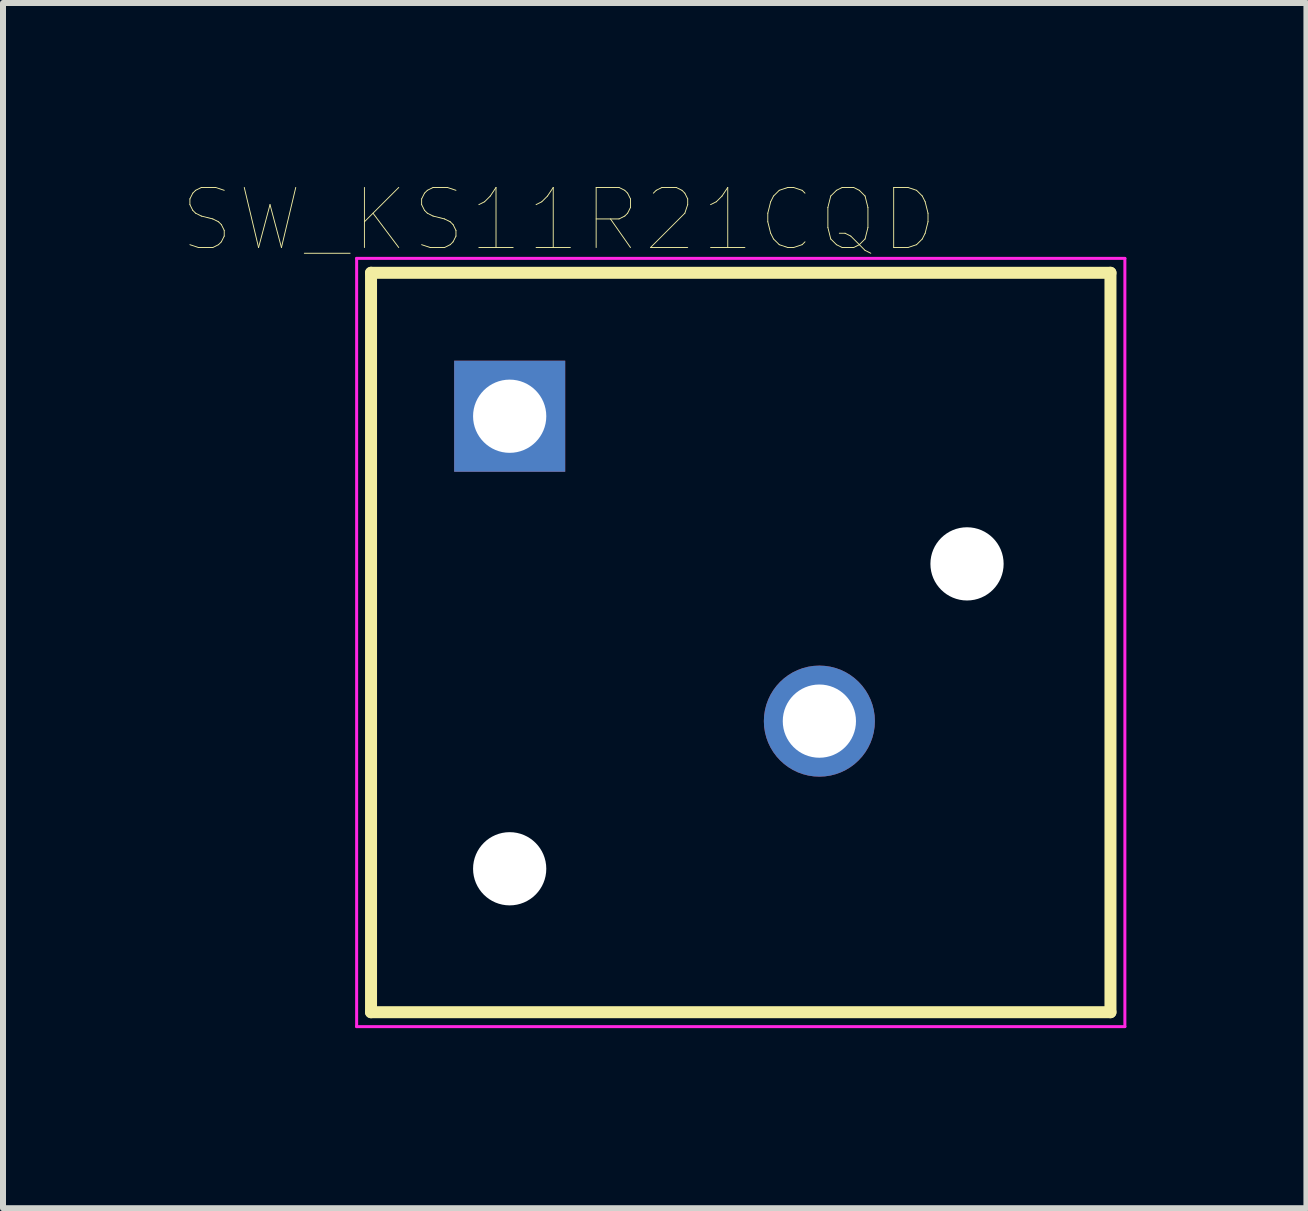
<source format=kicad_pcb>
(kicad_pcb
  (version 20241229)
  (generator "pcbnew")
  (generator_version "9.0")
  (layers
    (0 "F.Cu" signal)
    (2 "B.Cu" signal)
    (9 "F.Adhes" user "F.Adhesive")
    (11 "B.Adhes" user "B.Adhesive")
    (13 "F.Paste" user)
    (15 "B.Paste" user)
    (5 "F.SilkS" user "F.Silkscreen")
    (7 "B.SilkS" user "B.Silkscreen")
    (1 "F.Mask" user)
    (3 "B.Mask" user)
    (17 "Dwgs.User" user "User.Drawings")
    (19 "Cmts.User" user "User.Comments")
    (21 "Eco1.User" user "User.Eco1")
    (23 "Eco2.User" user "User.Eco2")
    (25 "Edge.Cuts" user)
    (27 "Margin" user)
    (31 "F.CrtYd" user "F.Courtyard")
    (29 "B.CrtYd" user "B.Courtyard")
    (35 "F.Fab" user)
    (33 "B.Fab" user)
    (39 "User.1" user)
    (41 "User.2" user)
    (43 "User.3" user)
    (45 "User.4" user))
  (footprint "SW_KS11R21CQD"
    (layer "F.Cu")
    (at 9.292 7.655)
    (property "Reference" "SW_KS11R21CQD" (at -3.029 -7.043 0) (layer "F.SilkS") (effects (font (size 1.001 1.001) (thickness 0.015))))
    (attr through_hole)
    (fp_line (start -6.16 -6.16) (end 6.16 -6.16) (stroke (width 0.2) (type solid)) (layer "F.SilkS"))
    (fp_line (start -6.16 6.16) (end -6.16 -6.16) (stroke (width 0.2) (type solid)) (layer "F.SilkS"))
    (fp_line (start 6.16 -6.16) (end 6.16 6.16) (stroke (width 0.2) (type solid)) (layer "F.SilkS"))
    (fp_line (start 6.16 6.16) (end -6.16 6.16) (stroke (width 0.2) (type solid)) (layer "F.SilkS"))
    (fp_line (start -6.4 -6.4) (end 6.4 -6.4) (stroke (width 0.05) (type solid)) (layer "F.CrtYd"))
    (fp_line (start -6.4 6.4) (end -6.4 -6.4) (stroke (width 0.05) (type solid)) (layer "F.CrtYd"))
    (fp_line (start 6.4 -6.4) (end 6.4 6.4) (stroke (width 0.05) (type solid)) (layer "F.CrtYd"))
    (fp_line (start 6.4 6.4) (end -6.4 6.4) (stroke (width 0.05) (type solid)) (layer "F.CrtYd"))
    (pad "" np_thru_hole circle (at -3.85 3.77) (size 1.22 1.22) (drill 1.22) (layers "*.Cu" "*.Mask"))
    (pad "" np_thru_hole circle (at 3.77 -1.31) (size 1.22 1.22) (drill 1.22) (layers "*.Cu" "*.Mask"))
    (pad "1" thru_hole rect (at -3.85 -3.77) (size 1.85 1.85) (drill 1.22) (layers "*.Cu" "*.Mask"))
    (pad "3" thru_hole circle (at 1.31 1.31) (size 1.85 1.85) (drill 1.22) (layers "*.Cu" "*.Mask")))
  (gr_rect
    (start -3 -3)
    (end 18.717 17.08)
    (stroke (width 0.1) (type default))
    (fill no)
    (layer "Edge.Cuts")))
</source>
